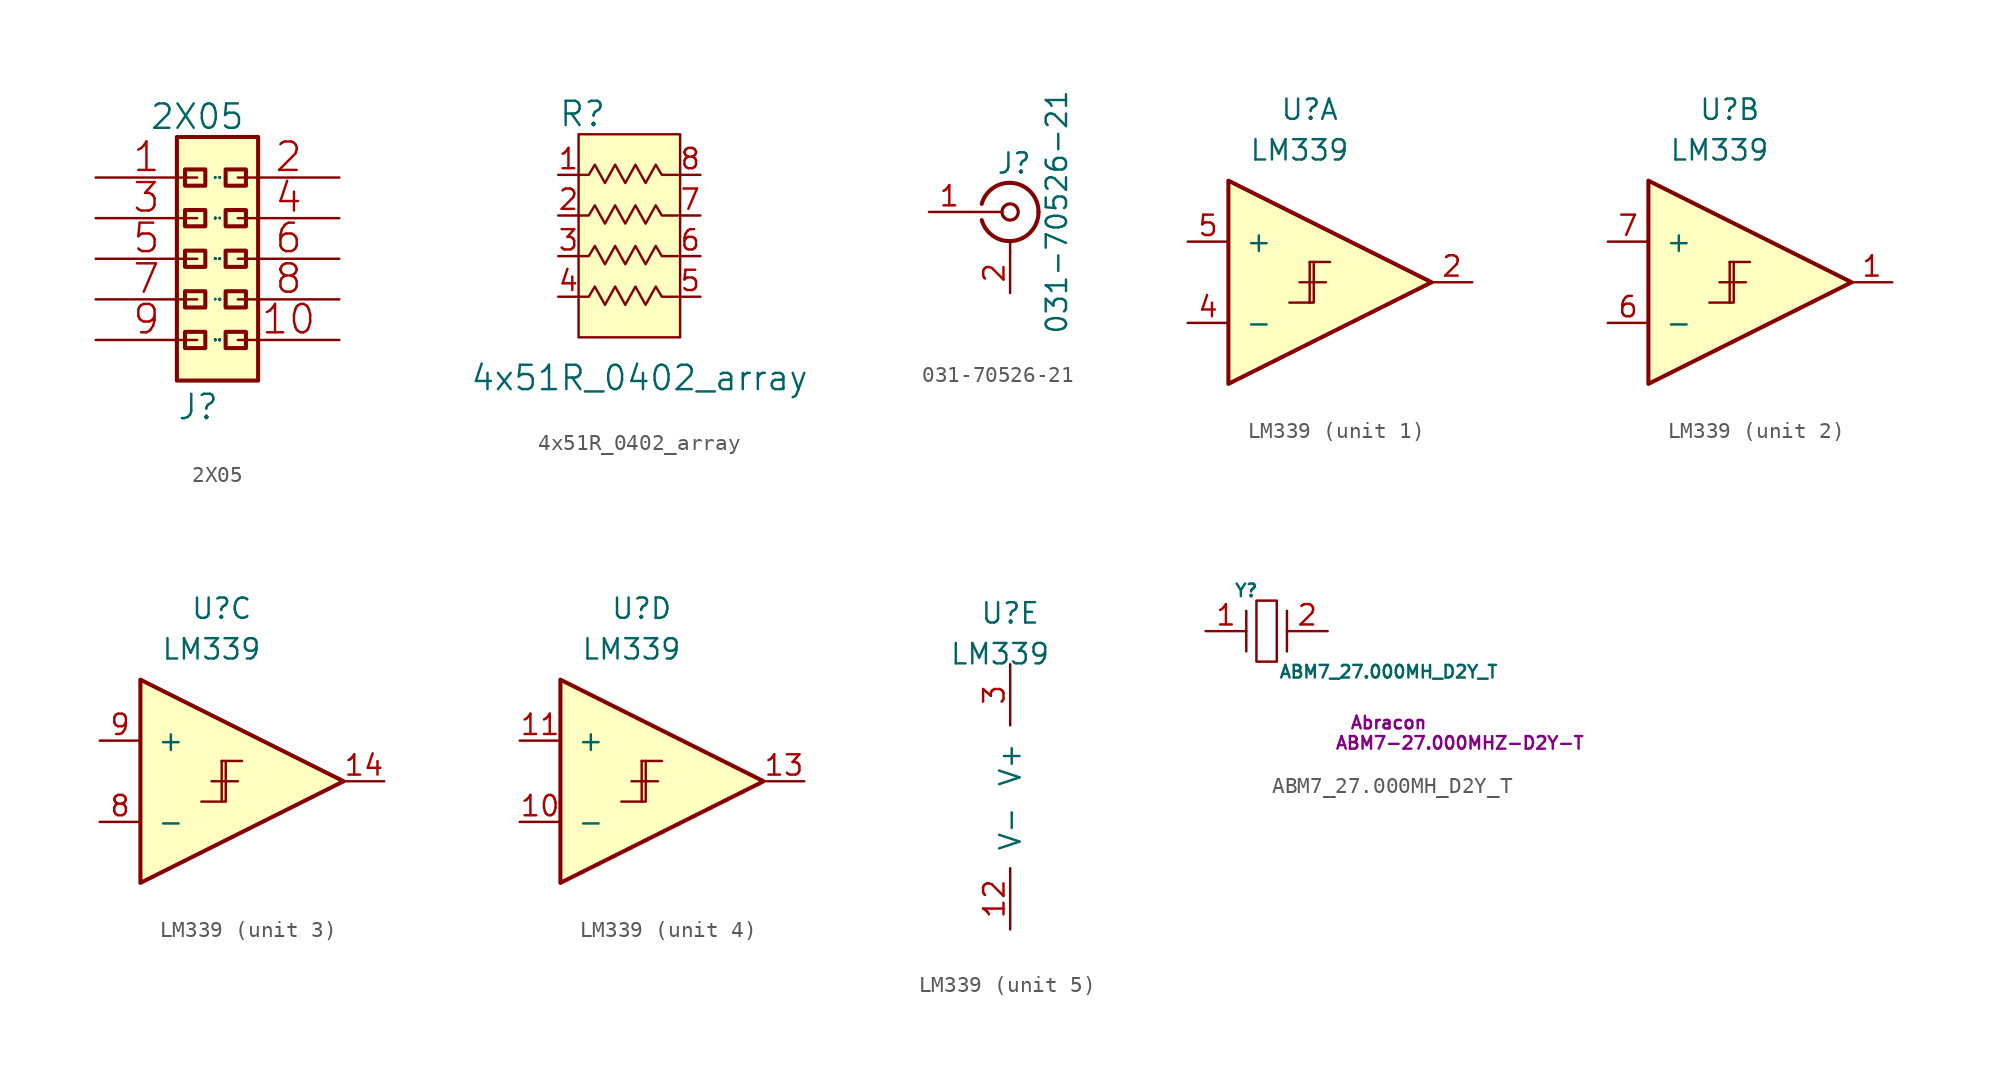
<source format=kicad_sym>
(kicad_symbol_lib
  (version 20211014)
  (generator kicad_symbol_editor)
  (symbol "2X05"
    (pin_names
      (offset 1.016))
    (property "Reference" "J"
      (at -2.54 -15.24 0)
      (effects (font (size 1.524 1.524)) (justify left bottom)))
    (property "Value" "2X05"
      (at -1.27 3.81 0)
      (effects (font (size 1.524 1.524))))
    (symbol "2X05_0_1"
      (rectangle (start -2.54 -12.7) (end 2.54 2.54) (stroke (width 0.254) (type default) (color 0 0 0 0)) (fill (type background)))
      (rectangle (start -2.032 -10.668) (end -0.762 -9.652) (stroke (width 0.254) (type default) (color 0 0 0 0)) (fill (type background)))
      (rectangle (start -2.032 -8.128) (end -0.762 -7.112) (stroke (width 0.254) (type default) (color 0 0 0 0)) (fill (type background)))
      (rectangle (start -2.032 -5.588) (end -0.762 -4.572) (stroke (width 0.254) (type default) (color 0 0 0 0)) (fill (type background)))
      (rectangle (start -2.032 -3.048) (end -0.762 -2.032) (stroke (width 0.254) (type default) (color 0 0 0 0)) (fill (type background)))
      (rectangle (start -2.032 -0.508) (end -0.762 0.508) (stroke (width 0.254) (type default) (color 0 0 0 0)) (fill (type background)))
      (rectangle (start 0.508 -10.668) (end 1.778 -9.652) (stroke (width 0.254) (type default) (color 0 0 0 0)) (fill (type background)))
      (rectangle (start 0.508 -8.128) (end 1.778 -7.112) (stroke (width 0.254) (type default) (color 0 0 0 0)) (fill (type background)))
      (rectangle (start 0.508 -5.588) (end 1.778 -4.572) (stroke (width 0.254) (type default) (color 0 0 0 0)) (fill (type background)))
      (rectangle (start 0.508 -3.048) (end 1.778 -2.032) (stroke (width 0.254) (type default) (color 0 0 0 0)) (fill (type background)))
      (rectangle (start 0.508 -0.508) (end 1.778 0.508) (stroke (width 0.254) (type default) (color 0 0 0 0)) (fill (type background)))
      (pin passive line (at -7.62 0 0) (length 6.35) (name "1" (effects (font (size 0.025 0.025)))) (number "1" (effects (font (size 1.778 1.778)))))
      (pin passive line (at 7.62 -10.16 180) (length 6.35) (name "10" (effects (font (size 0.025 0.025)))) (number "10" (effects (font (size 1.778 1.778)))))
      (pin passive line (at 7.62 0 180) (length 6.35) (name "2" (effects (font (size 0.025 0.025)))) (number "2" (effects (font (size 1.778 1.778)))))
      (pin passive line (at -7.62 -2.54 0) (length 6.35) (name "3" (effects (font (size 0.025 0.025)))) (number "3" (effects (font (size 1.778 1.778)))))
      (pin passive line (at 7.62 -2.54 180) (length 6.35) (name "4" (effects (font (size 0.025 0.025)))) (number "4" (effects (font (size 1.778 1.778)))))
      (pin passive line (at -7.62 -5.08 0) (length 6.35) (name "5" (effects (font (size 0.025 0.025)))) (number "5" (effects (font (size 1.778 1.778)))))
      (pin passive line (at 7.62 -5.08 180) (length 6.35) (name "6" (effects (font (size 0.025 0.025)))) (number "6" (effects (font (size 1.778 1.778)))))
      (pin passive line (at -7.62 -7.62 0) (length 6.35) (name "7" (effects (font (size 0.025 0.025)))) (number "7" (effects (font (size 1.778 1.778)))))
      (pin passive line (at 7.62 -7.62 180) (length 6.35) (name "8" (effects (font (size 0.025 0.025)))) (number "8" (effects (font (size 1.778 1.778)))))
      (pin passive line (at -7.62 -10.16 0) (length 6.35) (name "9" (effects (font (size 0.025 0.025)))) (number "9" (effects (font (size 1.778 1.778)))))))
  (symbol "4x51R_0402_array"
    (pin_names
      (offset 1.016))
    (property "Reference" "R"
      (at -5.08 13.97 0)
      (effects (font (size 1.524 1.524)) (justify left)))
    (property "Value" "4x51R_0402_array"
      (at 0 -2.54 0)
      (effects (font (size 1.524 1.524))))
    (symbol "4x51R_0402_array_0_1"
      (polyline (pts (xy 2.54 12.7) (xy 2.54 0) (xy -3.81 0) (xy -3.81 12.7) (xy 2.54 12.7)) (stroke (width 0) (type default) (color 0 0 0 0)) (fill (type background)))
      (polyline (pts (xy -3.81 7.62) (xy -3.175 7.62) (xy -2.794 8.255) (xy -2.159 7.112) (xy -1.524 8.255) (xy -0.889 7.112) (xy -0.254 8.255) (xy 0.381 7.112) (xy 1.016 8.255) (xy 1.397 7.62) (xy 2.413 7.62)) (stroke (width 0) (type default) (color 0 0 0 0)) (fill (type none))))
    (symbol "4x51R_0402_array_1_1"
      (polyline (pts (xy -3.81 2.54) (xy -3.175 2.54) (xy -2.794 3.175) (xy -2.159 2.032) (xy -1.524 3.175) (xy -0.889 2.032) (xy -0.254 3.175) (xy 0.381 2.032) (xy 1.016 3.175) (xy 1.397 2.54) (xy 2.413 2.54)) (stroke (width 0) (type default) (color 0 0 0 0)) (fill (type none)))
      (polyline (pts (xy -3.81 5.08) (xy -3.175 5.08) (xy -2.794 5.715) (xy -2.159 4.572) (xy -1.524 5.715) (xy -0.889 4.572) (xy -0.254 5.715) (xy 0.381 4.572) (xy 1.016 5.715) (xy 1.397 5.08) (xy 2.413 5.08)) (stroke (width 0) (type default) (color 0 0 0 0)) (fill (type none)))
      (polyline (pts (xy -3.81 10.16) (xy -3.175 10.16) (xy -2.794 10.795) (xy -2.159 9.652) (xy -1.524 10.795) (xy -0.889 9.652) (xy -0.254 10.795) (xy 0.381 9.652) (xy 1.016 10.795) (xy 1.397 10.16) (xy 2.413 10.16)) (stroke (width 0) (type default) (color 0 0 0 0)) (fill (type none)))
      (pin passive line (at -5.08 10.16 0) (length 1.27) (name "~" (effects (font (size 1.27 1.27)))) (number "1" (effects (font (size 1.27 1.27)))))
      (pin passive line (at -5.08 7.62 0) (length 1.27) (name "~" (effects (font (size 1.27 1.27)))) (number "2" (effects (font (size 1.27 1.27)))))
      (pin passive line (at -5.08 5.08 0) (length 1.27) (name "~" (effects (font (size 1.27 1.27)))) (number "3" (effects (font (size 1.27 1.27)))))
      (pin passive line (at -5.08 2.54 0) (length 1.27) (name "~" (effects (font (size 1.27 1.27)))) (number "4" (effects (font (size 1.27 1.27)))))
      (pin passive line (at 3.81 2.54 180) (length 1.27) (name "~" (effects (font (size 1.27 1.27)))) (number "5" (effects (font (size 1.27 1.27)))))
      (pin passive line (at 3.81 5.08 180) (length 1.27) (name "~" (effects (font (size 1.27 1.27)))) (number "6" (effects (font (size 1.27 1.27)))))
      (pin passive line (at 3.81 7.62 180) (length 1.27) (name "~" (effects (font (size 1.27 1.27)))) (number "7" (effects (font (size 1.27 1.27)))))
      (pin passive line (at 3.81 10.16 180) (length 1.27) (name "~" (effects (font (size 1.27 1.27)))) (number "8" (effects (font (size 1.27 1.27)))))))
  (symbol "031-70526-21"
    (pin_names
      (offset 1.016) hide)
    (property "Reference" "J"
      (at 0.254 3.048 0)
      (effects (font (size 1.27 1.27))))
    (property "Value" "031-70526-21"
      (at 2.921 0 90)
      (effects (font (size 1.27 1.27))))
    (symbol "031-70526-21_0_1"
      (arc (start -1.778 -0.508) (mid 0.2311 -1.8066) (end 1.778 0) (stroke (width 0.254) (type default) (color 0 0 0 0)) (fill (type none)))
      (polyline (pts (xy -2.54 0) (xy -0.508 0)) (stroke (width 0) (type default) (color 0 0 0 0)) (fill (type none)))
      (polyline (pts (xy 0 -2.54) (xy 0 -1.778)) (stroke (width 0) (type default) (color 0 0 0 0)) (fill (type none)))
      (circle (center 0 0) (radius 0.508) (stroke (width 0.203) (type default) (color 0 0 0 0)) (fill (type none)))
      (arc (start 1.778 0) (mid 0.2099 1.8101) (end -1.778 0.508) (stroke (width 0.254) (type default) (color 0 0 0 0)) (fill (type none))))
    (symbol "031-70526-21_1_1"
      (pin passive line (at -5.08 0 0) (length 2.54) (name "In" (effects (font (size 1.27 1.27)))) (number "1" (effects (font (size 1.27 1.27)))))
      (pin passive line (at 0 -5.08 90) (length 2.54) (name "Ext" (effects (font (size 1.27 1.27)))) (number "2" (effects (font (size 1.27 1.27)))))))
  (symbol " LM339"
    (pin_names
      (offset 1.016))
    (property "Reference" "U"
      (at 0 10.795 0)
      (effects (font (size 1.27 1.27))))
    (property "Value" " LM339"
      (at -0.635 8.255 0)
      (effects (font (size 1.27 1.27))))
    (symbol " LM339_1_1"
      (polyline (pts (xy -0.635 0) (xy 1.016 0)) (stroke (width 0) (type default) (color 0 0 0 0)) (fill (type none)))
      (polyline (pts (xy 0 -1.27) (xy -1.27 -1.27)) (stroke (width 0) (type default) (color 0 0 0 0)) (fill (type none)))
      (polyline (pts (xy 0 1.27) (xy 0 -1.27)) (stroke (width 0) (type default) (color 0 0 0 0)) (fill (type none)))
      (polyline (pts (xy 0 1.27) (xy 1.27 1.27)) (stroke (width 0) (type default) (color 0 0 0 0)) (fill (type none)))
      (polyline (pts (xy 0 -1.27) (xy 0.254 -1.27) (xy 0.254 1.27)) (stroke (width 0) (type default) (color 0 0 0 0)) (fill (type none)))
      (polyline (pts (xy -5.08 6.35) (xy 7.62 0) (xy -5.08 -6.35) (xy -5.08 6.35)) (stroke (width 0.254) (type default) (color 0 0 0 0)) (fill (type background)))
      (pin output line (at 10.16 0 180) (length 2.54) (name "~" (effects (font (size 1.27 1.27)))) (number "2" (effects (font (size 1.27 1.27)))))
      (pin input line (at -7.62 -2.54 0) (length 2.54) (name "-" (effects (font (size 1.27 1.27)))) (number "4" (effects (font (size 1.27 1.27)))))
      (pin input line (at -7.62 2.54 0) (length 2.54) (name "+" (effects (font (size 1.27 1.27)))) (number "5" (effects (font (size 1.27 1.27))))))
    (symbol " LM339_2_1"
      (polyline (pts (xy -0.635 0) (xy 1.016 0)) (stroke (width 0) (type default) (color 0 0 0 0)) (fill (type none)))
      (polyline (pts (xy 0 -1.27) (xy -1.27 -1.27)) (stroke (width 0) (type default) (color 0 0 0 0)) (fill (type none)))
      (polyline (pts (xy 0 1.27) (xy 0 -1.27)) (stroke (width 0) (type default) (color 0 0 0 0)) (fill (type none)))
      (polyline (pts (xy 0 1.27) (xy 1.27 1.27)) (stroke (width 0) (type default) (color 0 0 0 0)) (fill (type none)))
      (polyline (pts (xy 0 -1.27) (xy 0.254 -1.27) (xy 0.254 1.27)) (stroke (width 0) (type default) (color 0 0 0 0)) (fill (type none)))
      (polyline (pts (xy -5.08 6.35) (xy 7.62 0) (xy -5.08 -6.35) (xy -5.08 6.35)) (stroke (width 0.254) (type default) (color 0 0 0 0)) (fill (type background)))
      (pin output line (at 10.16 0 180) (length 2.54) (name "~" (effects (font (size 1.27 1.27)))) (number "1" (effects (font (size 1.27 1.27)))))
      (pin input line (at -7.62 -2.54 0) (length 2.54) (name "-" (effects (font (size 1.27 1.27)))) (number "6" (effects (font (size 1.27 1.27)))))
      (pin input line (at -7.62 2.54 0) (length 2.54) (name "+" (effects (font (size 1.27 1.27)))) (number "7" (effects (font (size 1.27 1.27))))))
    (symbol " LM339_3_1"
      (polyline (pts (xy -0.635 0) (xy 1.016 0)) (stroke (width 0) (type default) (color 0 0 0 0)) (fill (type none)))
      (polyline (pts (xy 0 -1.27) (xy -1.27 -1.27)) (stroke (width 0) (type default) (color 0 0 0 0)) (fill (type none)))
      (polyline (pts (xy 0 1.27) (xy 0 -1.27)) (stroke (width 0) (type default) (color 0 0 0 0)) (fill (type none)))
      (polyline (pts (xy 0 1.27) (xy 1.27 1.27)) (stroke (width 0) (type default) (color 0 0 0 0)) (fill (type none)))
      (polyline (pts (xy 0 -1.27) (xy 0.254 -1.27) (xy 0.254 1.27)) (stroke (width 0) (type default) (color 0 0 0 0)) (fill (type none)))
      (polyline (pts (xy -5.08 6.35) (xy 7.62 0) (xy -5.08 -6.35) (xy -5.08 6.35)) (stroke (width 0.254) (type default) (color 0 0 0 0)) (fill (type background)))
      (pin output line (at 10.16 0 180) (length 2.54) (name "~" (effects (font (size 1.27 1.27)))) (number "14" (effects (font (size 1.27 1.27)))))
      (pin input line (at -7.62 -2.54 0) (length 2.54) (name "-" (effects (font (size 1.27 1.27)))) (number "8" (effects (font (size 1.27 1.27)))))
      (pin input line (at -7.62 2.54 0) (length 2.54) (name "+" (effects (font (size 1.27 1.27)))) (number "9" (effects (font (size 1.27 1.27))))))
    (symbol " LM339_4_1"
      (polyline (pts (xy -0.635 0) (xy 1.016 0)) (stroke (width 0) (type default) (color 0 0 0 0)) (fill (type none)))
      (polyline (pts (xy 0 -1.27) (xy -1.27 -1.27)) (stroke (width 0) (type default) (color 0 0 0 0)) (fill (type none)))
      (polyline (pts (xy 0 1.27) (xy 0 -1.27)) (stroke (width 0) (type default) (color 0 0 0 0)) (fill (type none)))
      (polyline (pts (xy 0 1.27) (xy 1.27 1.27)) (stroke (width 0) (type default) (color 0 0 0 0)) (fill (type none)))
      (polyline (pts (xy 0 -1.27) (xy 0.254 -1.27) (xy 0.254 1.27)) (stroke (width 0) (type default) (color 0 0 0 0)) (fill (type none)))
      (polyline (pts (xy -5.08 6.35) (xy 7.62 0) (xy -5.08 -6.35) (xy -5.08 6.35)) (stroke (width 0.254) (type default) (color 0 0 0 0)) (fill (type background)))
      (pin input line (at -7.62 -2.54 0) (length 2.54) (name "-" (effects (font (size 1.27 1.27)))) (number "10" (effects (font (size 1.27 1.27)))))
      (pin input line (at -7.62 2.54 0) (length 2.54) (name "+" (effects (font (size 1.27 1.27)))) (number "11" (effects (font (size 1.27 1.27)))))
      (pin output line (at 10.16 0 180) (length 2.54) (name "~" (effects (font (size 1.27 1.27)))) (number "13" (effects (font (size 1.27 1.27))))))
    (symbol " LM339_5_1"
      (pin power_in line (at 0 -8.89 90) (length 3.81) (name "V-" (effects (font (size 1.27 1.27)))) (number "12" (effects (font (size 1.27 1.27)))))
      (pin power_in line (at 0 7.62 270) (length 3.81) (name "V+" (effects (font (size 1.27 1.27)))) (number "3" (effects (font (size 1.27 1.27)))))))
  (symbol "ABM7_27.000MH_D2Y_T"
    (pin_names
      (offset 1.016))
    (property "Reference" "Y"
      (at -1.27 2.54 0)
      (effects (font (size 0.787 0.787))))
    (property "Value" "ABM7_27.000MH_D2Y_T"
      (at 7.62 -2.54 0)
      (effects (font (size 0.787 0.787))))
    (property "MPN" "ABM7-27.000MHZ-D2Y-T"
      (at 12.065 -6.985 0)
      (effects (font (size 0.787 0.787))))
    (property "Manufacturer" "Abracon"
      (at 7.62 -5.715 0)
      (effects (font (size 0.787 0.787))))
    (symbol "ABM7_27.000MH_D2Y_T_0_1"
      (rectangle (start -0.635 1.905) (end 0.635 -1.905) (stroke (width 0) (type default) (color 0 0 0 0)) (fill (type none)))
      (polyline (pts (xy 1.27 -1.27) (xy 1.27 1.27)) (stroke (width 0) (type default) (color 0 0 0 0)) (fill (type none))))
    (symbol "ABM7_27.000MH_D2Y_T_1_1"
      (polyline (pts (xy -1.27 1.27) (xy -1.27 -1.27)) (stroke (width 0) (type default) (color 0 0 0 0)) (fill (type none)))
      (pin passive line (at -3.81 0 0) (length 2.54) (name "~" (effects (font (size 1.27 1.27)))) (number "1" (effects (font (size 1.27 1.27)))))
      (pin passive line (at 3.81 0 180) (length 2.54) (name "~" (effects (font (size 1.27 1.27)))) (number "2" (effects (font (size 1.27 1.27))))))))
</source>
